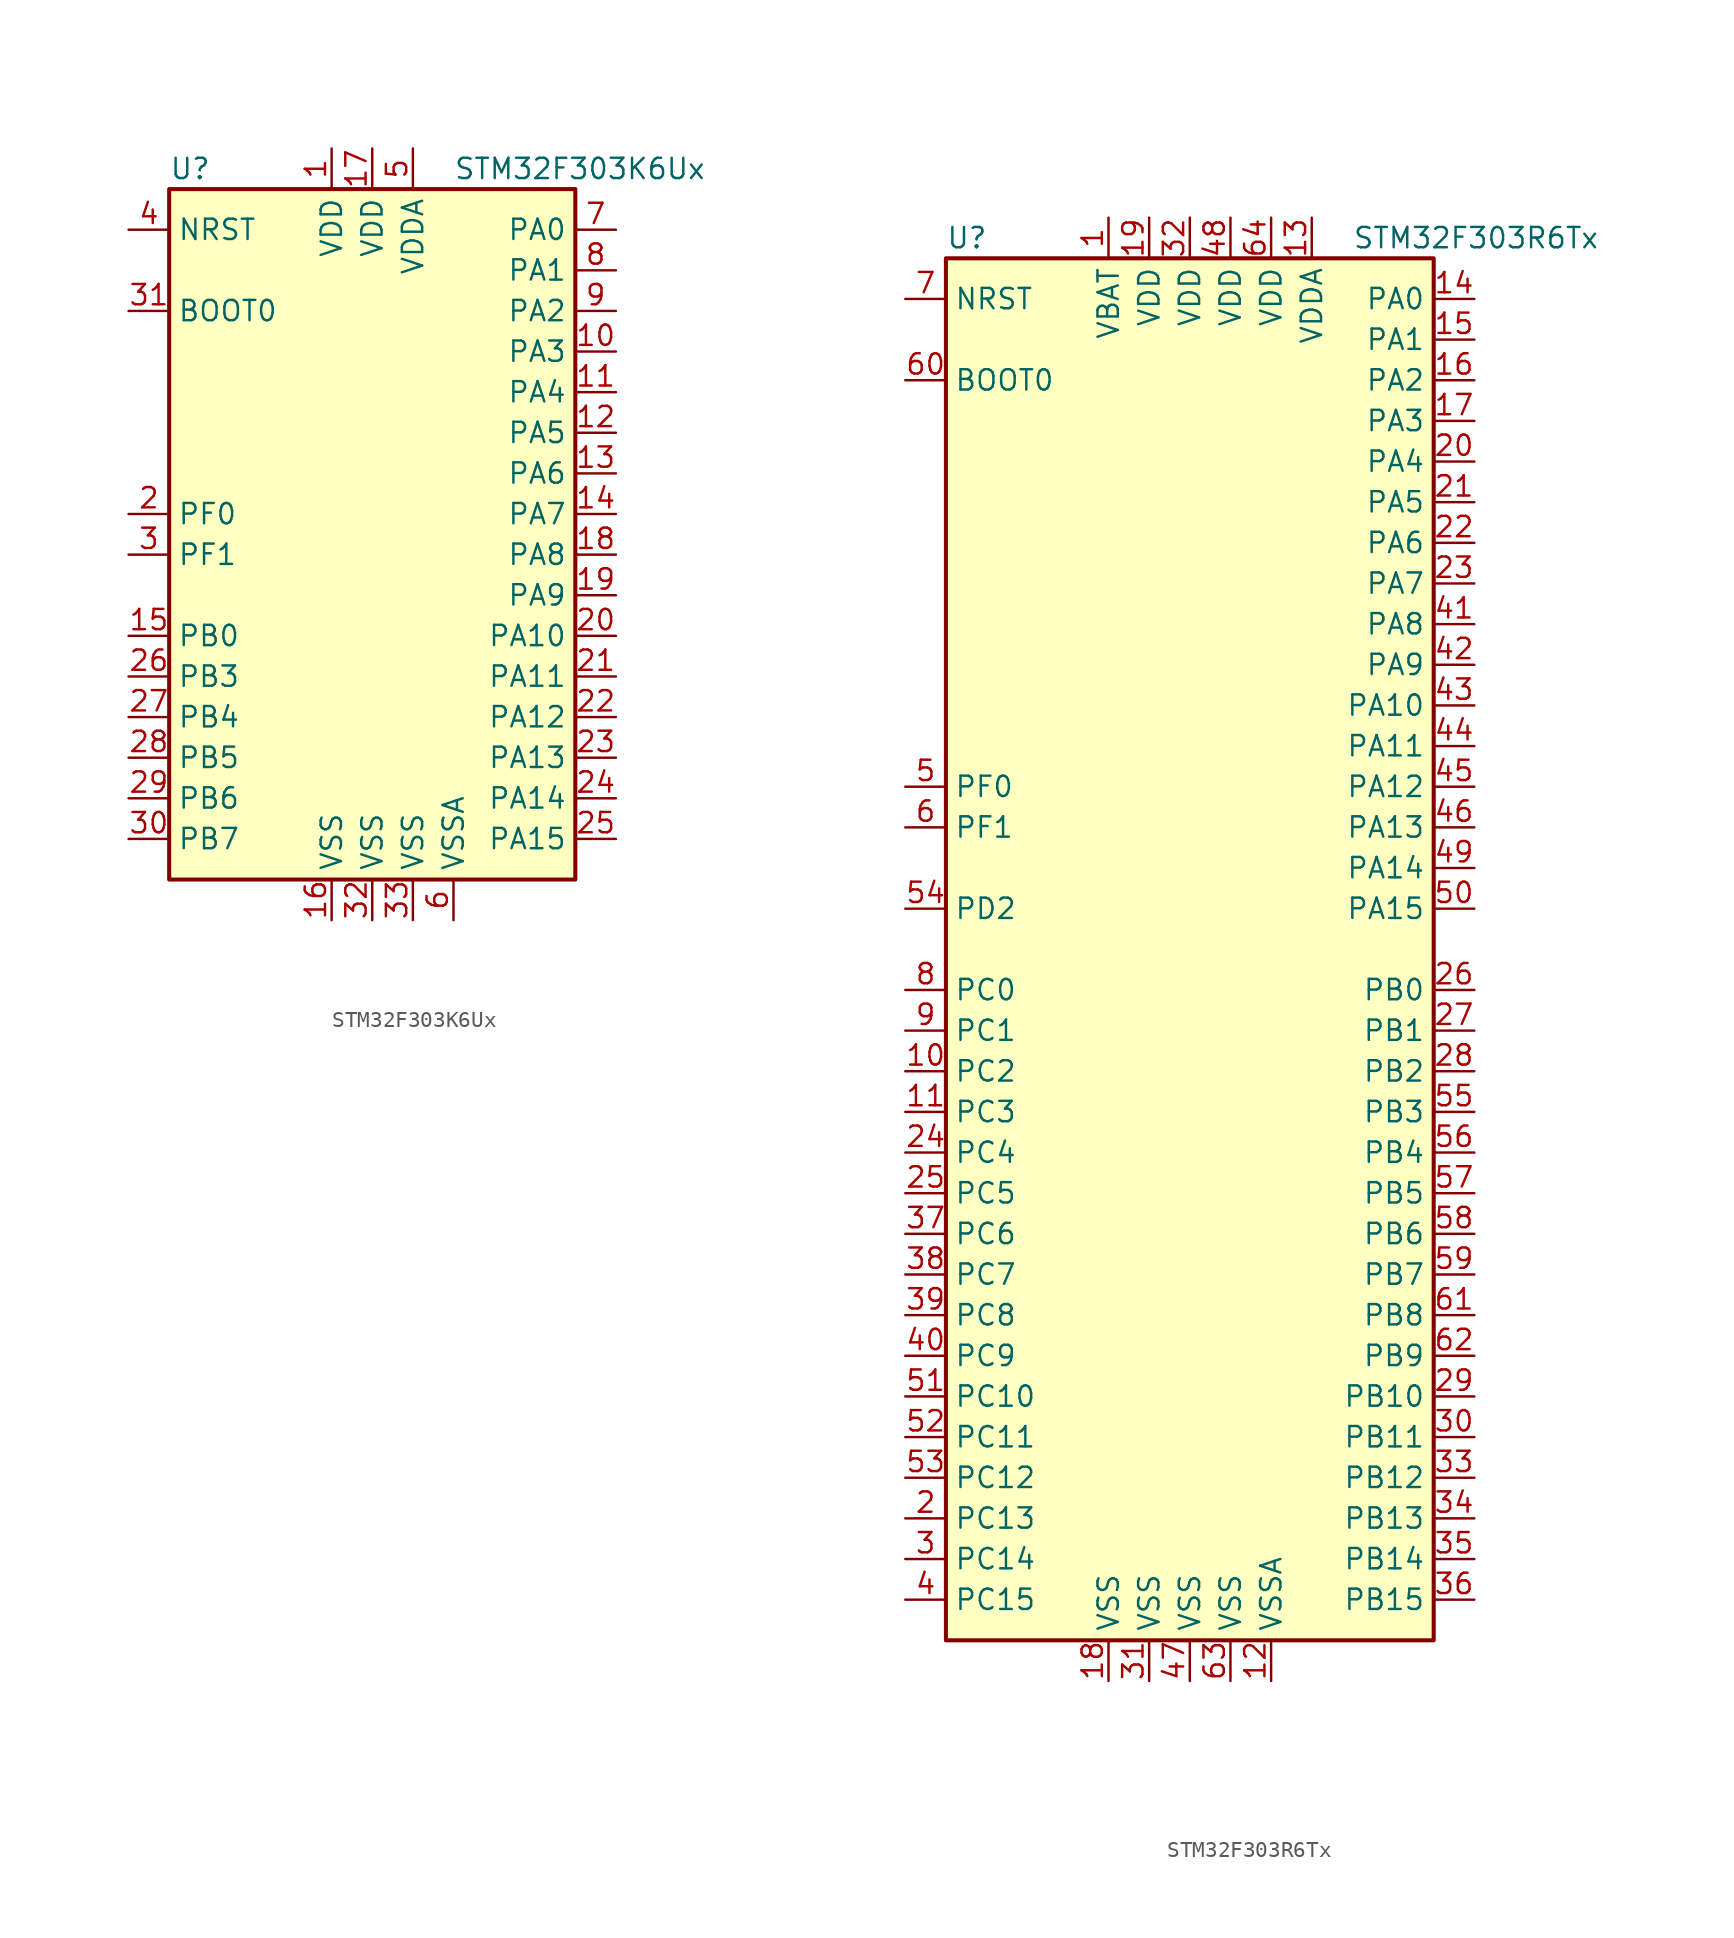
<source format=kicad_sym>
(kicad_symbol_lib
  (version 20201005)
  (generator kicad_symbol_editor)
  (symbol "STM32F303K6Ux"
    (property "Reference" "U"
      (at -12.7 21.59 0)
      (effects (font (size 1.27 1.27)) (justify left)))
    (property "Value" "STM32F303K6Ux"
      (at 5.08 21.59 0)
      (effects (font (size 1.27 1.27)) (justify left)))
    (symbol "STM32F303K6Ux_0_1"
      (rectangle (start -12.7 -22.86) (end 12.7 20.32) (stroke (width 0.254)) (fill (type background))))
    (symbol "STM32F303K6Ux_1_1"
      (pin power_in line (at -2.54 22.86 270) (length 2.54) (name "VDD" (effects (font (size 1.27 1.27)))) (number "1" (effects (font (size 1.27 1.27)))))
      (pin bidirectional line (at 15.24 10.16 180) (length 2.54) (name "PA3" (effects (font (size 1.27 1.27)))) (number "10" (effects (font (size 1.27 1.27)))))
      (pin bidirectional line (at 15.24 7.62 180) (length 2.54) (name "PA4" (effects (font (size 1.27 1.27)))) (number "11" (effects (font (size 1.27 1.27)))))
      (pin bidirectional line (at 15.24 5.08 180) (length 2.54) (name "PA5" (effects (font (size 1.27 1.27)))) (number "12" (effects (font (size 1.27 1.27)))))
      (pin bidirectional line (at 15.24 2.54 180) (length 2.54) (name "PA6" (effects (font (size 1.27 1.27)))) (number "13" (effects (font (size 1.27 1.27)))))
      (pin bidirectional line (at 15.24 0 180) (length 2.54) (name "PA7" (effects (font (size 1.27 1.27)))) (number "14" (effects (font (size 1.27 1.27)))))
      (pin bidirectional line (at -15.24 -7.62 0) (length 2.54) (name "PB0" (effects (font (size 1.27 1.27)))) (number "15" (effects (font (size 1.27 1.27)))))
      (pin power_in line (at -2.54 -25.4 90) (length 2.54) (name "VSS" (effects (font (size 1.27 1.27)))) (number "16" (effects (font (size 1.27 1.27)))))
      (pin power_in line (at 0 22.86 270) (length 2.54) (name "VDD" (effects (font (size 1.27 1.27)))) (number "17" (effects (font (size 1.27 1.27)))))
      (pin bidirectional line (at 15.24 -2.54 180) (length 2.54) (name "PA8" (effects (font (size 1.27 1.27)))) (number "18" (effects (font (size 1.27 1.27)))))
      (pin bidirectional line (at 15.24 -5.08 180) (length 2.54) (name "PA9" (effects (font (size 1.27 1.27)))) (number "19" (effects (font (size 1.27 1.27)))))
      (pin input line (at -15.24 0 0) (length 2.54) (name "PF0" (effects (font (size 1.27 1.27)))) (number "2" (effects (font (size 1.27 1.27)))))
      (pin bidirectional line (at 15.24 -7.62 180) (length 2.54) (name "PA10" (effects (font (size 1.27 1.27)))) (number "20" (effects (font (size 1.27 1.27)))))
      (pin bidirectional line (at 15.24 -10.16 180) (length 2.54) (name "PA11" (effects (font (size 1.27 1.27)))) (number "21" (effects (font (size 1.27 1.27)))))
      (pin bidirectional line (at 15.24 -12.7 180) (length 2.54) (name "PA12" (effects (font (size 1.27 1.27)))) (number "22" (effects (font (size 1.27 1.27)))))
      (pin bidirectional line (at 15.24 -15.24 180) (length 2.54) (name "PA13" (effects (font (size 1.27 1.27)))) (number "23" (effects (font (size 1.27 1.27)))))
      (pin bidirectional line (at 15.24 -17.78 180) (length 2.54) (name "PA14" (effects (font (size 1.27 1.27)))) (number "24" (effects (font (size 1.27 1.27)))))
      (pin bidirectional line (at 15.24 -20.32 180) (length 2.54) (name "PA15" (effects (font (size 1.27 1.27)))) (number "25" (effects (font (size 1.27 1.27)))))
      (pin bidirectional line (at -15.24 -10.16 0) (length 2.54) (name "PB3" (effects (font (size 1.27 1.27)))) (number "26" (effects (font (size 1.27 1.27)))))
      (pin bidirectional line (at -15.24 -12.7 0) (length 2.54) (name "PB4" (effects (font (size 1.27 1.27)))) (number "27" (effects (font (size 1.27 1.27)))))
      (pin bidirectional line (at -15.24 -15.24 0) (length 2.54) (name "PB5" (effects (font (size 1.27 1.27)))) (number "28" (effects (font (size 1.27 1.27)))))
      (pin bidirectional line (at -15.24 -17.78 0) (length 2.54) (name "PB6" (effects (font (size 1.27 1.27)))) (number "29" (effects (font (size 1.27 1.27)))))
      (pin input line (at -15.24 -2.54 0) (length 2.54) (name "PF1" (effects (font (size 1.27 1.27)))) (number "3" (effects (font (size 1.27 1.27)))))
      (pin bidirectional line (at -15.24 -20.32 0) (length 2.54) (name "PB7" (effects (font (size 1.27 1.27)))) (number "30" (effects (font (size 1.27 1.27)))))
      (pin input line (at -15.24 12.7 0) (length 2.54) (name "BOOT0" (effects (font (size 1.27 1.27)))) (number "31" (effects (font (size 1.27 1.27)))))
      (pin power_in line (at 0 -25.4 90) (length 2.54) (name "VSS" (effects (font (size 1.27 1.27)))) (number "32" (effects (font (size 1.27 1.27)))))
      (pin power_in line (at 2.54 -25.4 90) (length 2.54) (name "VSS" (effects (font (size 1.27 1.27)))) (number "33" (effects (font (size 1.27 1.27)))))
      (pin input line (at -15.24 17.78 0) (length 2.54) (name "NRST" (effects (font (size 1.27 1.27)))) (number "4" (effects (font (size 1.27 1.27)))))
      (pin power_in line (at 2.54 22.86 270) (length 2.54) (name "VDDA" (effects (font (size 1.27 1.27)))) (number "5" (effects (font (size 1.27 1.27)))))
      (pin power_in line (at 5.08 -25.4 90) (length 2.54) (name "VSSA" (effects (font (size 1.27 1.27)))) (number "6" (effects (font (size 1.27 1.27)))))
      (pin bidirectional line (at 15.24 17.78 180) (length 2.54) (name "PA0" (effects (font (size 1.27 1.27)))) (number "7" (effects (font (size 1.27 1.27)))))
      (pin bidirectional line (at 15.24 15.24 180) (length 2.54) (name "PA1" (effects (font (size 1.27 1.27)))) (number "8" (effects (font (size 1.27 1.27)))))
      (pin bidirectional line (at 15.24 12.7 180) (length 2.54) (name "PA2" (effects (font (size 1.27 1.27)))) (number "9" (effects (font (size 1.27 1.27)))))))
  (symbol "STM32F303R6Tx"
    (property "Reference" "U"
      (at -15.24 44.45 0)
      (effects (font (size 1.27 1.27)) (justify left)))
    (property "Value" "STM32F303R6Tx"
      (at 10.16 44.45 0)
      (effects (font (size 1.27 1.27)) (justify left)))
    (symbol "STM32F303R6Tx_0_1"
      (rectangle (start -15.24 -43.18) (end 15.24 43.18) (stroke (width 0.254)) (fill (type background))))
    (symbol "STM32F303R6Tx_1_1"
      (pin power_in line (at -5.08 45.72 270) (length 2.54) (name "VBAT" (effects (font (size 1.27 1.27)))) (number "1" (effects (font (size 1.27 1.27)))))
      (pin bidirectional line (at -17.78 -7.62 0) (length 2.54) (name "PC2" (effects (font (size 1.27 1.27)))) (number "10" (effects (font (size 1.27 1.27)))))
      (pin bidirectional line (at -17.78 -10.16 0) (length 2.54) (name "PC3" (effects (font (size 1.27 1.27)))) (number "11" (effects (font (size 1.27 1.27)))))
      (pin power_in line (at 5.08 -45.72 90) (length 2.54) (name "VSSA" (effects (font (size 1.27 1.27)))) (number "12" (effects (font (size 1.27 1.27)))))
      (pin power_in line (at 7.62 45.72 270) (length 2.54) (name "VDDA" (effects (font (size 1.27 1.27)))) (number "13" (effects (font (size 1.27 1.27)))))
      (pin bidirectional line (at 17.78 40.64 180) (length 2.54) (name "PA0" (effects (font (size 1.27 1.27)))) (number "14" (effects (font (size 1.27 1.27)))))
      (pin bidirectional line (at 17.78 38.1 180) (length 2.54) (name "PA1" (effects (font (size 1.27 1.27)))) (number "15" (effects (font (size 1.27 1.27)))))
      (pin bidirectional line (at 17.78 35.56 180) (length 2.54) (name "PA2" (effects (font (size 1.27 1.27)))) (number "16" (effects (font (size 1.27 1.27)))))
      (pin bidirectional line (at 17.78 33.02 180) (length 2.54) (name "PA3" (effects (font (size 1.27 1.27)))) (number "17" (effects (font (size 1.27 1.27)))))
      (pin power_in line (at -5.08 -45.72 90) (length 2.54) (name "VSS" (effects (font (size 1.27 1.27)))) (number "18" (effects (font (size 1.27 1.27)))))
      (pin power_in line (at -2.54 45.72 270) (length 2.54) (name "VDD" (effects (font (size 1.27 1.27)))) (number "19" (effects (font (size 1.27 1.27)))))
      (pin bidirectional line (at -17.78 -35.56 0) (length 2.54) (name "PC13" (effects (font (size 1.27 1.27)))) (number "2" (effects (font (size 1.27 1.27)))))
      (pin bidirectional line (at 17.78 30.48 180) (length 2.54) (name "PA4" (effects (font (size 1.27 1.27)))) (number "20" (effects (font (size 1.27 1.27)))))
      (pin bidirectional line (at 17.78 27.94 180) (length 2.54) (name "PA5" (effects (font (size 1.27 1.27)))) (number "21" (effects (font (size 1.27 1.27)))))
      (pin bidirectional line (at 17.78 25.4 180) (length 2.54) (name "PA6" (effects (font (size 1.27 1.27)))) (number "22" (effects (font (size 1.27 1.27)))))
      (pin bidirectional line (at 17.78 22.86 180) (length 2.54) (name "PA7" (effects (font (size 1.27 1.27)))) (number "23" (effects (font (size 1.27 1.27)))))
      (pin bidirectional line (at -17.78 -12.7 0) (length 2.54) (name "PC4" (effects (font (size 1.27 1.27)))) (number "24" (effects (font (size 1.27 1.27)))))
      (pin bidirectional line (at -17.78 -15.24 0) (length 2.54) (name "PC5" (effects (font (size 1.27 1.27)))) (number "25" (effects (font (size 1.27 1.27)))))
      (pin bidirectional line (at 17.78 -2.54 180) (length 2.54) (name "PB0" (effects (font (size 1.27 1.27)))) (number "26" (effects (font (size 1.27 1.27)))))
      (pin bidirectional line (at 17.78 -5.08 180) (length 2.54) (name "PB1" (effects (font (size 1.27 1.27)))) (number "27" (effects (font (size 1.27 1.27)))))
      (pin bidirectional line (at 17.78 -7.62 180) (length 2.54) (name "PB2" (effects (font (size 1.27 1.27)))) (number "28" (effects (font (size 1.27 1.27)))))
      (pin bidirectional line (at 17.78 -27.94 180) (length 2.54) (name "PB10" (effects (font (size 1.27 1.27)))) (number "29" (effects (font (size 1.27 1.27)))))
      (pin bidirectional line (at -17.78 -38.1 0) (length 2.54) (name "PC14" (effects (font (size 1.27 1.27)))) (number "3" (effects (font (size 1.27 1.27)))))
      (pin bidirectional line (at 17.78 -30.48 180) (length 2.54) (name "PB11" (effects (font (size 1.27 1.27)))) (number "30" (effects (font (size 1.27 1.27)))))
      (pin power_in line (at -2.54 -45.72 90) (length 2.54) (name "VSS" (effects (font (size 1.27 1.27)))) (number "31" (effects (font (size 1.27 1.27)))))
      (pin power_in line (at 0 45.72 270) (length 2.54) (name "VDD" (effects (font (size 1.27 1.27)))) (number "32" (effects (font (size 1.27 1.27)))))
      (pin bidirectional line (at 17.78 -33.02 180) (length 2.54) (name "PB12" (effects (font (size 1.27 1.27)))) (number "33" (effects (font (size 1.27 1.27)))))
      (pin bidirectional line (at 17.78 -35.56 180) (length 2.54) (name "PB13" (effects (font (size 1.27 1.27)))) (number "34" (effects (font (size 1.27 1.27)))))
      (pin bidirectional line (at 17.78 -38.1 180) (length 2.54) (name "PB14" (effects (font (size 1.27 1.27)))) (number "35" (effects (font (size 1.27 1.27)))))
      (pin bidirectional line (at 17.78 -40.64 180) (length 2.54) (name "PB15" (effects (font (size 1.27 1.27)))) (number "36" (effects (font (size 1.27 1.27)))))
      (pin bidirectional line (at -17.78 -17.78 0) (length 2.54) (name "PC6" (effects (font (size 1.27 1.27)))) (number "37" (effects (font (size 1.27 1.27)))))
      (pin bidirectional line (at -17.78 -20.32 0) (length 2.54) (name "PC7" (effects (font (size 1.27 1.27)))) (number "38" (effects (font (size 1.27 1.27)))))
      (pin bidirectional line (at -17.78 -22.86 0) (length 2.54) (name "PC8" (effects (font (size 1.27 1.27)))) (number "39" (effects (font (size 1.27 1.27)))))
      (pin bidirectional line (at -17.78 -40.64 0) (length 2.54) (name "PC15" (effects (font (size 1.27 1.27)))) (number "4" (effects (font (size 1.27 1.27)))))
      (pin bidirectional line (at -17.78 -25.4 0) (length 2.54) (name "PC9" (effects (font (size 1.27 1.27)))) (number "40" (effects (font (size 1.27 1.27)))))
      (pin bidirectional line (at 17.78 20.32 180) (length 2.54) (name "PA8" (effects (font (size 1.27 1.27)))) (number "41" (effects (font (size 1.27 1.27)))))
      (pin bidirectional line (at 17.78 17.78 180) (length 2.54) (name "PA9" (effects (font (size 1.27 1.27)))) (number "42" (effects (font (size 1.27 1.27)))))
      (pin bidirectional line (at 17.78 15.24 180) (length 2.54) (name "PA10" (effects (font (size 1.27 1.27)))) (number "43" (effects (font (size 1.27 1.27)))))
      (pin bidirectional line (at 17.78 12.7 180) (length 2.54) (name "PA11" (effects (font (size 1.27 1.27)))) (number "44" (effects (font (size 1.27 1.27)))))
      (pin bidirectional line (at 17.78 10.16 180) (length 2.54) (name "PA12" (effects (font (size 1.27 1.27)))) (number "45" (effects (font (size 1.27 1.27)))))
      (pin bidirectional line (at 17.78 7.62 180) (length 2.54) (name "PA13" (effects (font (size 1.27 1.27)))) (number "46" (effects (font (size 1.27 1.27)))))
      (pin power_in line (at 0 -45.72 90) (length 2.54) (name "VSS" (effects (font (size 1.27 1.27)))) (number "47" (effects (font (size 1.27 1.27)))))
      (pin power_in line (at 2.54 45.72 270) (length 2.54) (name "VDD" (effects (font (size 1.27 1.27)))) (number "48" (effects (font (size 1.27 1.27)))))
      (pin bidirectional line (at 17.78 5.08 180) (length 2.54) (name "PA14" (effects (font (size 1.27 1.27)))) (number "49" (effects (font (size 1.27 1.27)))))
      (pin input line (at -17.78 10.16 0) (length 2.54) (name "PF0" (effects (font (size 1.27 1.27)))) (number "5" (effects (font (size 1.27 1.27)))))
      (pin bidirectional line (at 17.78 2.54 180) (length 2.54) (name "PA15" (effects (font (size 1.27 1.27)))) (number "50" (effects (font (size 1.27 1.27)))))
      (pin bidirectional line (at -17.78 -27.94 0) (length 2.54) (name "PC10" (effects (font (size 1.27 1.27)))) (number "51" (effects (font (size 1.27 1.27)))))
      (pin bidirectional line (at -17.78 -30.48 0) (length 2.54) (name "PC11" (effects (font (size 1.27 1.27)))) (number "52" (effects (font (size 1.27 1.27)))))
      (pin bidirectional line (at -17.78 -33.02 0) (length 2.54) (name "PC12" (effects (font (size 1.27 1.27)))) (number "53" (effects (font (size 1.27 1.27)))))
      (pin bidirectional line (at -17.78 2.54 0) (length 2.54) (name "PD2" (effects (font (size 1.27 1.27)))) (number "54" (effects (font (size 1.27 1.27)))))
      (pin bidirectional line (at 17.78 -10.16 180) (length 2.54) (name "PB3" (effects (font (size 1.27 1.27)))) (number "55" (effects (font (size 1.27 1.27)))))
      (pin bidirectional line (at 17.78 -12.7 180) (length 2.54) (name "PB4" (effects (font (size 1.27 1.27)))) (number "56" (effects (font (size 1.27 1.27)))))
      (pin bidirectional line (at 17.78 -15.24 180) (length 2.54) (name "PB5" (effects (font (size 1.27 1.27)))) (number "57" (effects (font (size 1.27 1.27)))))
      (pin bidirectional line (at 17.78 -17.78 180) (length 2.54) (name "PB6" (effects (font (size 1.27 1.27)))) (number "58" (effects (font (size 1.27 1.27)))))
      (pin bidirectional line (at 17.78 -20.32 180) (length 2.54) (name "PB7" (effects (font (size 1.27 1.27)))) (number "59" (effects (font (size 1.27 1.27)))))
      (pin input line (at -17.78 7.62 0) (length 2.54) (name "PF1" (effects (font (size 1.27 1.27)))) (number "6" (effects (font (size 1.27 1.27)))))
      (pin input line (at -17.78 35.56 0) (length 2.54) (name "BOOT0" (effects (font (size 1.27 1.27)))) (number "60" (effects (font (size 1.27 1.27)))))
      (pin bidirectional line (at 17.78 -22.86 180) (length 2.54) (name "PB8" (effects (font (size 1.27 1.27)))) (number "61" (effects (font (size 1.27 1.27)))))
      (pin bidirectional line (at 17.78 -25.4 180) (length 2.54) (name "PB9" (effects (font (size 1.27 1.27)))) (number "62" (effects (font (size 1.27 1.27)))))
      (pin power_in line (at 2.54 -45.72 90) (length 2.54) (name "VSS" (effects (font (size 1.27 1.27)))) (number "63" (effects (font (size 1.27 1.27)))))
      (pin power_in line (at 5.08 45.72 270) (length 2.54) (name "VDD" (effects (font (size 1.27 1.27)))) (number "64" (effects (font (size 1.27 1.27)))))
      (pin input line (at -17.78 40.64 0) (length 2.54) (name "NRST" (effects (font (size 1.27 1.27)))) (number "7" (effects (font (size 1.27 1.27)))))
      (pin bidirectional line (at -17.78 -2.54 0) (length 2.54) (name "PC0" (effects (font (size 1.27 1.27)))) (number "8" (effects (font (size 1.27 1.27)))))
      (pin bidirectional line (at -17.78 -5.08 0) (length 2.54) (name "PC1" (effects (font (size 1.27 1.27)))) (number "9" (effects (font (size 1.27 1.27))))))))
</source>
